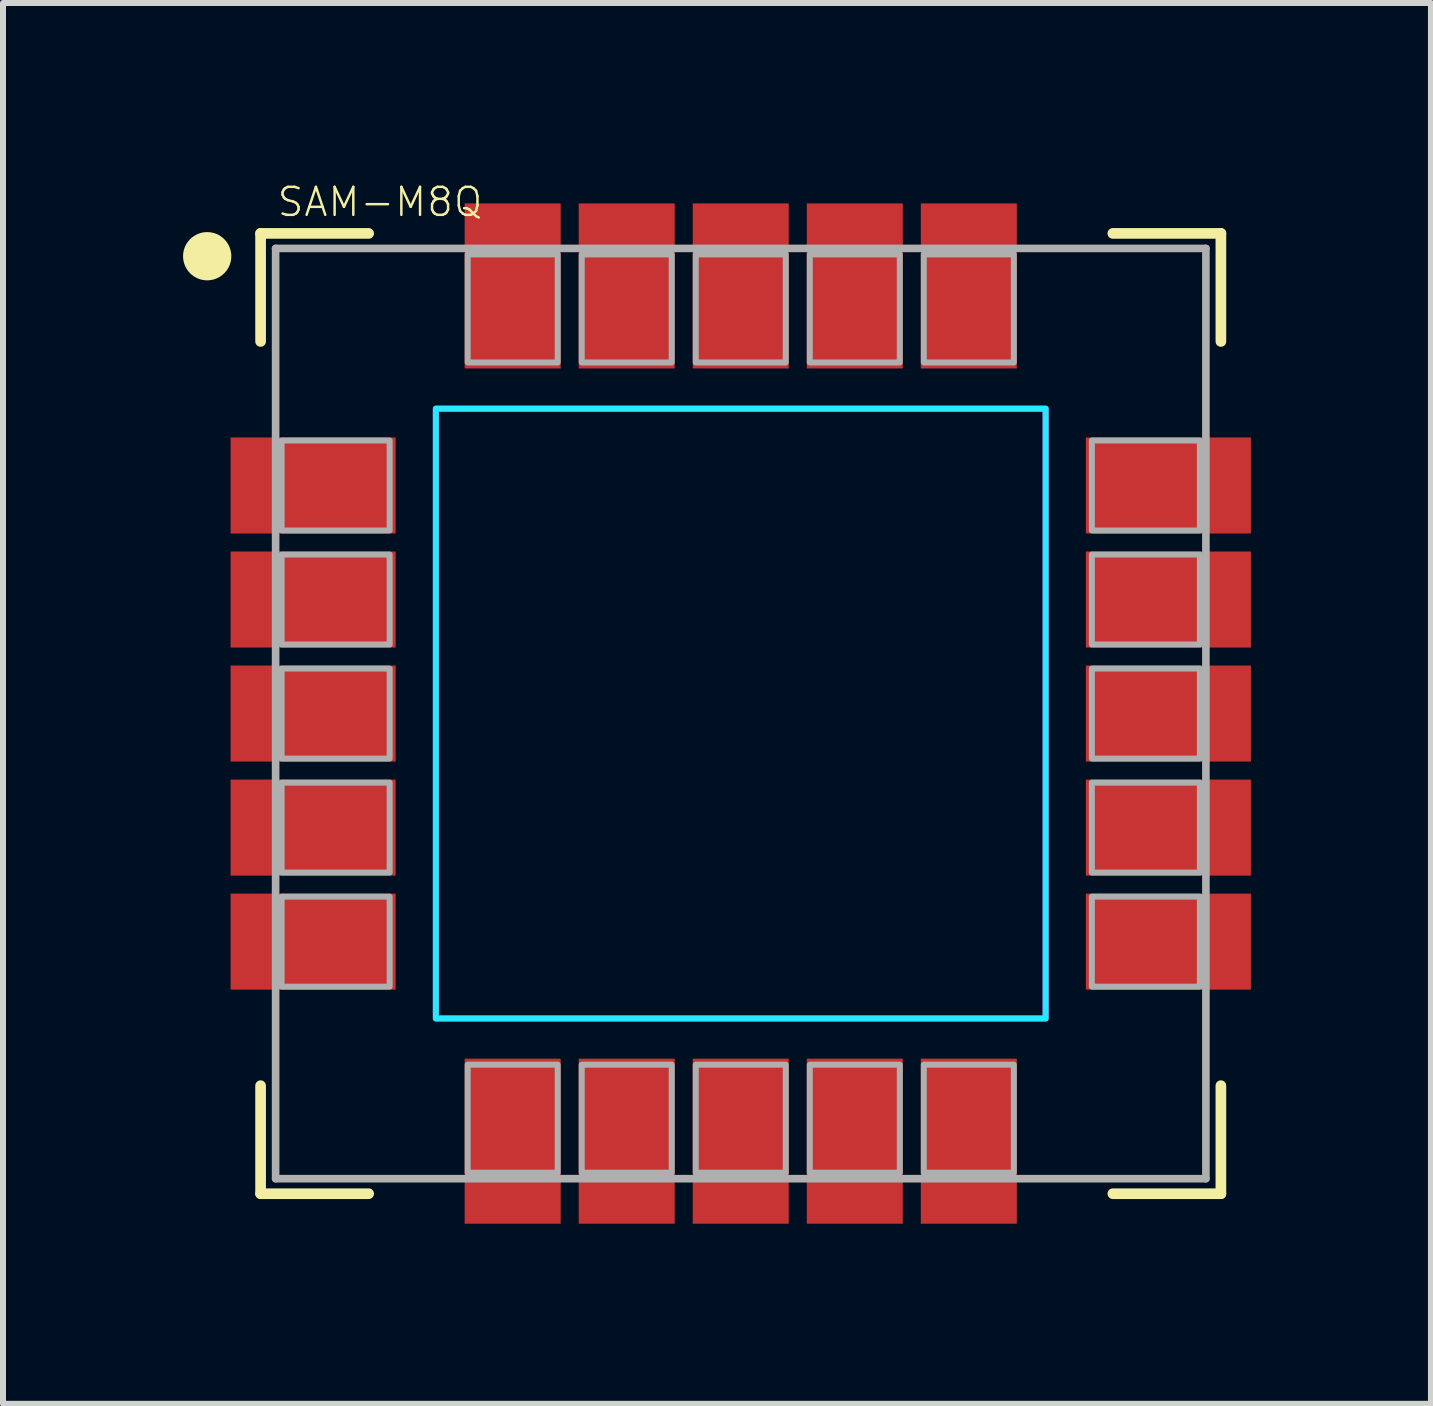
<source format=kicad_pcb>
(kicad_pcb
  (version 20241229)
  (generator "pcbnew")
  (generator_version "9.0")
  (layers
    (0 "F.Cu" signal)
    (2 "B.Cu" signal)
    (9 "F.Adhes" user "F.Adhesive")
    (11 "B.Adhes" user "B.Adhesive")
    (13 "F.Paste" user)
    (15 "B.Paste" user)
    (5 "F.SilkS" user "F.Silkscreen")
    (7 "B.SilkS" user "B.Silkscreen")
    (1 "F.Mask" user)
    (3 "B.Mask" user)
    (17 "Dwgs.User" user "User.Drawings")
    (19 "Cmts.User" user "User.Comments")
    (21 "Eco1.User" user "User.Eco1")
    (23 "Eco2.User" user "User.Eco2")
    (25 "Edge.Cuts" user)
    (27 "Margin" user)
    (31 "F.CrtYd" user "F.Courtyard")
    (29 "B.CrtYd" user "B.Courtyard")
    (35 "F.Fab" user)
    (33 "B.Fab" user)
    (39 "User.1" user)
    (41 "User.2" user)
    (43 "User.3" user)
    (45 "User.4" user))
  (footprint "SAM-M8Q"
    (layer "F.Cu")
    (at 9.292 8.839)
    (property "Reference" "SAM-M8Q" (at -7.75 -8.25 0) (layer "F.SilkS") (effects (font (size 0.467 0.467) (thickness 0.041)) (justify left bottom)))
    (fp_line (start -8 -8) (end -6.2 -8) (stroke (width 0.178) (type solid)) (layer "F.SilkS"))
    (fp_line (start -8 -6.2) (end -8 -8) (stroke (width 0.178) (type solid)) (layer "F.SilkS"))
    (fp_line (start -8 8) (end -8 6.2) (stroke (width 0.178) (type solid)) (layer "F.SilkS"))
    (fp_line (start -6.2 8) (end -8 8) (stroke (width 0.178) (type solid)) (layer "F.SilkS"))
    (fp_line (start 6.2 -8) (end 8 -8) (stroke (width 0.178) (type solid)) (layer "F.SilkS"))
    (fp_line (start 8 -8) (end 8 -6.2) (stroke (width 0.178) (type solid)) (layer "F.SilkS"))
    (fp_line (start 8 6.2) (end 8 8) (stroke (width 0.178) (type solid)) (layer "F.SilkS"))
    (fp_line (start 8 8) (end 6.2 8) (stroke (width 0.178) (type solid)) (layer "F.SilkS"))
    (fp_circle (center -8.89 -7.62) (end -8.689 -7.62) (stroke (width 0.402) (type solid)) (fill yes) (layer "F.SilkS"))
    (fp_poly (pts (xy -5.08 5.08) (xy 5.08 5.08) (xy 5.08 -5.08) (xy -5.08 -5.08)) (stroke (width 0.1) (type solid)) (fill no) (layer "B.CrtYd"))
    (fp_poly (pts (xy -5.08 5.08) (xy 5.08 5.08) (xy 5.08 -5.08) (xy -5.08 -5.08)) (stroke (width 0.1) (type solid)) (fill no) (layer "F.CrtYd"))
    (fp_line (start -7.75 -7.75) (end 7.75 -7.75) (stroke (width 0.127) (type solid)) (layer "F.Fab"))
    (fp_line (start -7.75 7.75) (end -7.75 -7.75) (stroke (width 0.127) (type solid)) (layer "F.Fab"))
    (fp_line (start 7.75 -7.75) (end 7.75 7.75) (stroke (width 0.127) (type solid)) (layer "F.Fab"))
    (fp_line (start 7.75 7.75) (end -7.75 7.75) (stroke (width 0.127) (type solid)) (layer "F.Fab"))
    (fp_poly (pts (xy -7.65 -3.05) (xy -5.85 -3.05) (xy -5.85 -4.55) (xy -7.65 -4.55)) (stroke (width 0.1) (type solid)) (fill no) (layer "F.Fab"))
    (fp_poly (pts (xy -7.65 -1.15) (xy -5.85 -1.15) (xy -5.85 -2.65) (xy -7.65 -2.65)) (stroke (width 0.1) (type solid)) (fill no) (layer "F.Fab"))
    (fp_poly (pts (xy -7.65 0.75) (xy -5.85 0.75) (xy -5.85 -0.75) (xy -7.65 -0.75)) (stroke (width 0.1) (type solid)) (fill no) (layer "F.Fab"))
    (fp_poly (pts (xy -7.65 2.65) (xy -5.85 2.65) (xy -5.85 1.15) (xy -7.65 1.15)) (stroke (width 0.1) (type solid)) (fill no) (layer "F.Fab"))
    (fp_poly (pts (xy -7.65 4.55) (xy -5.85 4.55) (xy -5.85 3.05) (xy -7.65 3.05)) (stroke (width 0.1) (type solid)) (fill no) (layer "F.Fab"))
    (fp_poly (pts (xy -4.55 -5.85) (xy -3.05 -5.85) (xy -3.05 -7.65) (xy -4.55 -7.65)) (stroke (width 0.1) (type solid)) (fill no) (layer "F.Fab"))
    (fp_poly (pts (xy -4.55 7.65) (xy -3.05 7.65) (xy -3.05 5.85) (xy -4.55 5.85)) (stroke (width 0.1) (type solid)) (fill no) (layer "F.Fab"))
    (fp_poly (pts (xy -2.65 -5.85) (xy -1.15 -5.85) (xy -1.15 -7.65) (xy -2.65 -7.65)) (stroke (width 0.1) (type solid)) (fill no) (layer "F.Fab"))
    (fp_poly (pts (xy -2.65 7.65) (xy -1.15 7.65) (xy -1.15 5.85) (xy -2.65 5.85)) (stroke (width 0.1) (type solid)) (fill no) (layer "F.Fab"))
    (fp_poly (pts (xy -0.75 -5.85) (xy 0.75 -5.85) (xy 0.75 -7.65) (xy -0.75 -7.65)) (stroke (width 0.1) (type solid)) (fill no) (layer "F.Fab"))
    (fp_poly (pts (xy -0.75 7.65) (xy 0.75 7.65) (xy 0.75 5.85) (xy -0.75 5.85)) (stroke (width 0.1) (type solid)) (fill no) (layer "F.Fab"))
    (fp_poly (pts (xy 1.15 -5.85) (xy 2.65 -5.85) (xy 2.65 -7.65) (xy 1.15 -7.65)) (stroke (width 0.1) (type solid)) (fill no) (layer "F.Fab"))
    (fp_poly (pts (xy 1.15 7.65) (xy 2.65 7.65) (xy 2.65 5.85) (xy 1.15 5.85)) (stroke (width 0.1) (type solid)) (fill no) (layer "F.Fab"))
    (fp_poly (pts (xy 3.05 -5.85) (xy 4.55 -5.85) (xy 4.55 -7.65) (xy 3.05 -7.65)) (stroke (width 0.1) (type solid)) (fill no) (layer "F.Fab"))
    (fp_poly (pts (xy 3.05 7.65) (xy 4.55 7.65) (xy 4.55 5.85) (xy 3.05 5.85)) (stroke (width 0.1) (type solid)) (fill no) (layer "F.Fab"))
    (fp_poly (pts (xy 5.85 -3.05) (xy 7.65 -3.05) (xy 7.65 -4.55) (xy 5.85 -4.55)) (stroke (width 0.1) (type solid)) (fill no) (layer "F.Fab"))
    (fp_poly (pts (xy 5.85 -1.15) (xy 7.65 -1.15) (xy 7.65 -2.65) (xy 5.85 -2.65)) (stroke (width 0.1) (type solid)) (fill no) (layer "F.Fab"))
    (fp_poly (pts (xy 5.85 0.75) (xy 7.65 0.75) (xy 7.65 -0.75) (xy 5.85 -0.75)) (stroke (width 0.1) (type solid)) (fill no) (layer "F.Fab"))
    (fp_poly (pts (xy 5.85 2.65) (xy 7.65 2.65) (xy 7.65 1.15) (xy 5.85 1.15)) (stroke (width 0.1) (type solid)) (fill no) (layer "F.Fab"))
    (fp_poly (pts (xy 5.85 4.55) (xy 7.65 4.55) (xy 7.65 3.05) (xy 5.85 3.05)) (stroke (width 0.1) (type solid)) (fill no) (layer "F.Fab"))
    (pad "1" smd rect (at -7.125 -3.8 180) (size 2.75 1.6) (layers "F.Cu" "F.Mask" "F.Paste"))
    (pad "2" smd rect (at -7.125 -1.9 180) (size 2.75 1.6) (layers "F.Cu" "F.Mask" "F.Paste"))
    (pad "3" smd rect (at -7.125 0 180) (size 2.75 1.6) (layers "F.Cu" "F.Mask" "F.Paste"))
    (pad "4" smd rect (at -7.125 1.9 180) (size 2.75 1.6) (layers "F.Cu" "F.Mask" "F.Paste"))
    (pad "5" smd rect (at -7.125 3.8 180) (size 2.75 1.6) (layers "F.Cu" "F.Mask" "F.Paste"))
    (pad "6" smd rect (at -3.8 7.125 90) (size 2.75 1.6) (layers "F.Cu" "F.Mask" "F.Paste"))
    (pad "7" smd rect (at -1.9 7.125 90) (size 2.75 1.6) (layers "F.Cu" "F.Mask" "F.Paste"))
    (pad "8" smd rect (at 0 7.125 90) (size 2.75 1.6) (layers "F.Cu" "F.Mask" "F.Paste"))
    (pad "9" smd rect (at 1.9 7.125 90) (size 2.75 1.6) (layers "F.Cu" "F.Mask" "F.Paste"))
    (pad "10" smd rect (at 3.8 7.125 90) (size 2.75 1.6) (layers "F.Cu" "F.Mask" "F.Paste"))
    (pad "11" smd rect (at 7.125 3.8) (size 2.75 1.6) (layers "F.Cu" "F.Mask" "F.Paste"))
    (pad "12" smd rect (at 7.125 1.9) (size 2.75 1.6) (layers "F.Cu" "F.Mask" "F.Paste"))
    (pad "13" smd rect (at 7.125 0) (size 2.75 1.6) (layers "F.Cu" "F.Mask" "F.Paste"))
    (pad "14" smd rect (at 7.125 -1.9) (size 2.75 1.6) (layers "F.Cu" "F.Mask" "F.Paste"))
    (pad "15" smd rect (at 7.125 -3.8) (size 2.75 1.6) (layers "F.Cu" "F.Mask" "F.Paste"))
    (pad "16" smd rect (at 3.8 -7.125 270) (size 2.75 1.6) (layers "F.Cu" "F.Mask" "F.Paste"))
    (pad "17" smd rect (at 1.9 -7.125 270) (size 2.75 1.6) (layers "F.Cu" "F.Mask" "F.Paste"))
    (pad "18" smd rect (at 0 -7.125 270) (size 2.75 1.6) (layers "F.Cu" "F.Mask" "F.Paste"))
    (pad "19" smd rect (at -1.9 -7.125 270) (size 2.75 1.6) (layers "F.Cu" "F.Mask" "F.Paste"))
    (pad "20" smd rect (at -3.8 -7.125 270) (size 2.75 1.6) (layers "F.Cu" "F.Mask" "F.Paste")))
  (gr_rect
    (start -3 -3)
    (end 20.792 20.339)
    (stroke (width 0.1) (type default))
    (fill no)
    (layer "Edge.Cuts")))
</source>
